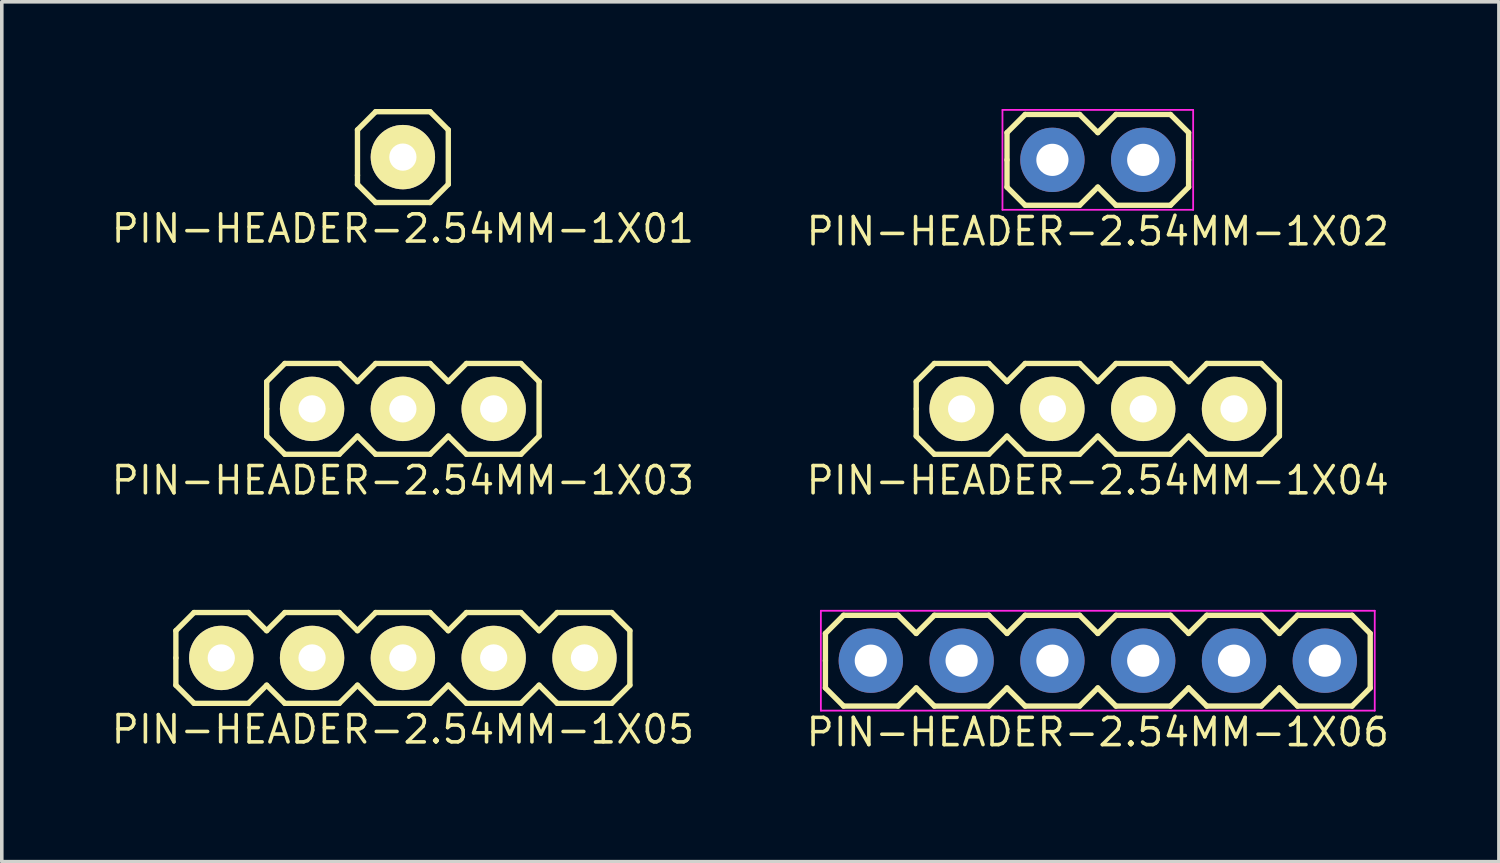
<source format=kicad_pcb>
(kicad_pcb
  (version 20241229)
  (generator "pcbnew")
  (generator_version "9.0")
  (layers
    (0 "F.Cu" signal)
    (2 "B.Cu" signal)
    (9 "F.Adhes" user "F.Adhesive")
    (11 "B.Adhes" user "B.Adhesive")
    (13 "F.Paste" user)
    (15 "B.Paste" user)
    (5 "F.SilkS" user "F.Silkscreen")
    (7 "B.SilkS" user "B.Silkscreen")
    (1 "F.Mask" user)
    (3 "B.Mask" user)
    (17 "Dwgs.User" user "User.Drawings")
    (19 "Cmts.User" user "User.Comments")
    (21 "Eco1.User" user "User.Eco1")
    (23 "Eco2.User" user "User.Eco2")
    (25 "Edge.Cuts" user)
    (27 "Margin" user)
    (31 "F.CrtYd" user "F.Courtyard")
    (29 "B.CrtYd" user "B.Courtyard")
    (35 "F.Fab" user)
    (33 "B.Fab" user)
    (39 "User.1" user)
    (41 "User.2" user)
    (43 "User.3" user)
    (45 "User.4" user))
  (footprint "PIN-HEADER-2.54MM-1X01"
    (layer "F.Cu")
    (at 8.22 1.345)
    (property "Reference" "PIN-HEADER-2.54MM-1X01" (at 0 2 0) (layer "F.SilkS") (effects (font (size 0.762 0.762) (thickness 0.1))))
    (attr through_hole)
    (fp_line (start -1.27 -0.762) (end -1.27 0.508) (stroke (width 0.15) (type solid)) (layer "F.SilkS"))
    (fp_line (start -1.27 0.508) (end -1.27 0.762) (stroke (width 0.15) (type solid)) (layer "F.SilkS"))
    (fp_line (start -1.27 0.762) (end -0.762 1.27) (stroke (width 0.15) (type solid)) (layer "F.SilkS"))
    (fp_line (start -0.762 -1.27) (end -1.27 -0.762) (stroke (width 0.15) (type solid)) (layer "F.SilkS"))
    (fp_line (start -0.762 1.27) (end 0.762 1.27) (stroke (width 0.15) (type solid)) (layer "F.SilkS"))
    (fp_line (start 0.762 -1.27) (end -0.762 -1.27) (stroke (width 0.15) (type solid)) (layer "F.SilkS"))
    (fp_line (start 0.762 1.27) (end 1.27 0.762) (stroke (width 0.15) (type solid)) (layer "F.SilkS"))
    (fp_line (start 1.27 -0.762) (end 0.762 -1.27) (stroke (width 0.15) (type solid)) (layer "F.SilkS"))
    (fp_line (start 1.27 0.762) (end 1.27 -0.762) (stroke (width 0.15) (type solid)) (layer "F.SilkS"))
    (pad "1" thru_hole circle (at 0 0) (size 1.8 1.8) (drill 0.762) (layers "*.Cu" "*.Mask" "F.SilkS")))
  (footprint "PIN-HEADER-2.54MM-1X04"
    (layer "F.Cu")
    (at 27.66 8.388)
    (property "Reference" "PIN-HEADER-2.54MM-1X04" (at 0 2 0) (layer "F.SilkS") (effects (font (size 0.762 0.762) (thickness 0.1))))
    (attr through_hole)
    (fp_line (start -5.08 -0.762) (end -4.572 -1.27) (stroke (width 0.15) (type solid)) (layer "F.SilkS"))
    (fp_line (start -5.08 0) (end -5.08 -0.762) (stroke (width 0.15) (type solid)) (layer "F.SilkS"))
    (fp_line (start -5.08 0.762) (end -5.08 0) (stroke (width 0.15) (type solid)) (layer "F.SilkS"))
    (fp_line (start -4.572 -1.27) (end -3.048 -1.27) (stroke (width 0.15) (type solid)) (layer "F.SilkS"))
    (fp_line (start -4.572 1.27) (end -5.08 0.762) (stroke (width 0.15) (type solid)) (layer "F.SilkS"))
    (fp_line (start -3.048 -1.27) (end -2.54 -0.762) (stroke (width 0.15) (type solid)) (layer "F.SilkS"))
    (fp_line (start -3.048 1.27) (end -4.572 1.27) (stroke (width 0.15) (type solid)) (layer "F.SilkS"))
    (fp_line (start -2.54 -0.762) (end -2.032 -1.27) (stroke (width 0.15) (type solid)) (layer "F.SilkS"))
    (fp_line (start -2.54 0.762) (end -3.048 1.27) (stroke (width 0.15) (type solid)) (layer "F.SilkS"))
    (fp_line (start -2.032 -1.27) (end -0.508 -1.27) (stroke (width 0.15) (type solid)) (layer "F.SilkS"))
    (fp_line (start -2.032 1.27) (end -2.54 0.762) (stroke (width 0.15) (type solid)) (layer "F.SilkS"))
    (fp_line (start -0.508 -1.27) (end 0 -0.762) (stroke (width 0.15) (type solid)) (layer "F.SilkS"))
    (fp_line (start -0.508 1.27) (end -2.032 1.27) (stroke (width 0.15) (type solid)) (layer "F.SilkS"))
    (fp_line (start 0 -0.762) (end 0.508 -1.27) (stroke (width 0.15) (type solid)) (layer "F.SilkS"))
    (fp_line (start 0 0.762) (end -0.508 1.27) (stroke (width 0.15) (type solid)) (layer "F.SilkS"))
    (fp_line (start 0.508 -1.27) (end 2.032 -1.27) (stroke (width 0.15) (type solid)) (layer "F.SilkS"))
    (fp_line (start 0.508 1.27) (end 0 0.762) (stroke (width 0.15) (type solid)) (layer "F.SilkS"))
    (fp_line (start 2.032 -1.27) (end 2.54 -0.762) (stroke (width 0.15) (type solid)) (layer "F.SilkS"))
    (fp_line (start 2.032 1.27) (end 0.508 1.27) (stroke (width 0.15) (type solid)) (layer "F.SilkS"))
    (fp_line (start 2.54 -0.762) (end 3.048 -1.27) (stroke (width 0.15) (type solid)) (layer "F.SilkS"))
    (fp_line (start 2.54 0.762) (end 2.032 1.27) (stroke (width 0.15) (type solid)) (layer "F.SilkS"))
    (fp_line (start 3.048 -1.27) (end 4.572 -1.27) (stroke (width 0.15) (type solid)) (layer "F.SilkS"))
    (fp_line (start 3.048 1.27) (end 2.54 0.762) (stroke (width 0.15) (type solid)) (layer "F.SilkS"))
    (fp_line (start 4.572 -1.27) (end 5.08 -0.762) (stroke (width 0.15) (type solid)) (layer "F.SilkS"))
    (fp_line (start 4.572 1.27) (end 3.048 1.27) (stroke (width 0.15) (type solid)) (layer "F.SilkS"))
    (fp_line (start 5.08 -0.762) (end 5.08 0.762) (stroke (width 0.15) (type solid)) (layer "F.SilkS"))
    (fp_line (start 5.08 0.762) (end 4.572 1.27) (stroke (width 0.15) (type solid)) (layer "F.SilkS"))
    (pad "1" thru_hole circle (at -3.81 0) (size 1.8 1.8) (drill 0.762) (layers "*.Cu" "*.Mask" "F.SilkS"))
    (pad "2" thru_hole circle (at -1.27 0) (size 1.8 1.8) (drill 0.762) (layers "*.Cu" "*.Mask" "F.SilkS"))
    (pad "3" thru_hole circle (at 1.27 0) (size 1.8 1.8) (drill 0.762) (layers "*.Cu" "*.Mask" "F.SilkS"))
    (pad "4" thru_hole circle (at 3.81 0) (size 1.8 1.8) (drill 0.762) (layers "*.Cu" "*.Mask" "F.SilkS")))
  (footprint "PIN-HEADER-2.54MM-1X02"
    (layer "F.Cu")
    (at 27.66 1.422)
    (property "Reference" "PIN-HEADER-2.54MM-1X02" (at 0 2 0) (layer "F.SilkS") (effects (font (size 0.762 0.762) (thickness 0.1))))
    (attr through_hole)
    (fp_line (start -2.54 -0.762) (end -2.032 -1.27) (stroke (width 0.15) (type solid)) (layer "F.SilkS"))
    (fp_line (start -2.54 0) (end -2.54 -0.762) (stroke (width 0.15) (type solid)) (layer "F.SilkS"))
    (fp_line (start -2.54 0.762) (end -2.54 0) (stroke (width 0.15) (type solid)) (layer "F.SilkS"))
    (fp_line (start -2.032 -1.27) (end -0.508 -1.27) (stroke (width 0.15) (type solid)) (layer "F.SilkS"))
    (fp_line (start -2.032 1.27) (end -2.54 0.762) (stroke (width 0.15) (type solid)) (layer "F.SilkS"))
    (fp_line (start -0.508 -1.27) (end 0 -0.762) (stroke (width 0.15) (type solid)) (layer "F.SilkS"))
    (fp_line (start -0.508 1.27) (end -2.032 1.27) (stroke (width 0.15) (type solid)) (layer "F.SilkS"))
    (fp_line (start 0 -0.762) (end 0.508 -1.27) (stroke (width 0.15) (type solid)) (layer "F.SilkS"))
    (fp_line (start 0 0.762) (end -0.508 1.27) (stroke (width 0.15) (type solid)) (layer "F.SilkS"))
    (fp_line (start 0.508 -1.27) (end 2.032 -1.27) (stroke (width 0.15) (type solid)) (layer "F.SilkS"))
    (fp_line (start 0.508 1.27) (end 0 0.762) (stroke (width 0.15) (type solid)) (layer "F.SilkS"))
    (fp_line (start 2.032 -1.27) (end 2.54 -0.762) (stroke (width 0.15) (type solid)) (layer "F.SilkS"))
    (fp_line (start 2.032 1.27) (end 0.508 1.27) (stroke (width 0.15) (type solid)) (layer "F.SilkS"))
    (fp_line (start 2.54 -0.762) (end 2.54 0) (stroke (width 0.15) (type solid)) (layer "F.SilkS"))
    (fp_line (start 2.54 0) (end 2.54 0.762) (stroke (width 0.15) (type solid)) (layer "F.SilkS"))
    (fp_line (start 2.54 0.762) (end 2.032 1.27) (stroke (width 0.15) (type solid)) (layer "F.SilkS"))
    (fp_line (start -2.667 -1.397) (end 2.667 -1.397) (stroke (width 0.05) (type solid)) (layer "F.CrtYd"))
    (fp_line (start -2.667 1.397) (end -2.667 -1.397) (stroke (width 0.05) (type solid)) (layer "F.CrtYd"))
    (fp_line (start 2.667 -1.397) (end 2.667 1.397) (stroke (width 0.05) (type solid)) (layer "F.CrtYd"))
    (fp_line (start 2.667 1.397) (end -2.667 1.397) (stroke (width 0.05) (type solid)) (layer "F.CrtYd"))
    (pad "1" thru_hole circle (at -1.27 0) (size 1.8 1.8) (drill 0.9) (layers "*.Cu" "*.Mask"))
    (pad "2" thru_hole circle (at 1.27 0) (size 1.8 1.8) (drill 0.9) (layers "*.Cu" "*.Mask")))
  (footprint "PIN-HEADER-2.54MM-1X06"
    (layer "F.Cu")
    (at 27.66 15.432)
    (property "Reference" "PIN-HEADER-2.54MM-1X06" (at 0 2 0) (layer "F.SilkS") (effects (font (size 0.762 0.762) (thickness 0.1))))
    (attr through_hole)
    (fp_line (start -7.62 -0.762) (end -7.112 -1.27) (stroke (width 0.15) (type solid)) (layer "F.SilkS"))
    (fp_line (start -7.62 0) (end -7.62 -0.762) (stroke (width 0.15) (type solid)) (layer "F.SilkS"))
    (fp_line (start -7.62 0.762) (end -7.62 0) (stroke (width 0.15) (type solid)) (layer "F.SilkS"))
    (fp_line (start -7.112 -1.27) (end -5.588 -1.27) (stroke (width 0.15) (type solid)) (layer "F.SilkS"))
    (fp_line (start -7.112 1.27) (end -7.62 0.762) (stroke (width 0.15) (type solid)) (layer "F.SilkS"))
    (fp_line (start -5.588 -1.27) (end -5.08 -0.762) (stroke (width 0.15) (type solid)) (layer "F.SilkS"))
    (fp_line (start -5.588 1.27) (end -7.112 1.27) (stroke (width 0.15) (type solid)) (layer "F.SilkS"))
    (fp_line (start -5.08 -0.762) (end -4.572 -1.27) (stroke (width 0.15) (type solid)) (layer "F.SilkS"))
    (fp_line (start -5.08 0.762) (end -5.588 1.27) (stroke (width 0.15) (type solid)) (layer "F.SilkS"))
    (fp_line (start -4.572 -1.27) (end -3.048 -1.27) (stroke (width 0.15) (type solid)) (layer "F.SilkS"))
    (fp_line (start -4.572 1.27) (end -5.08 0.762) (stroke (width 0.15) (type solid)) (layer "F.SilkS"))
    (fp_line (start -3.048 -1.27) (end -2.54 -0.762) (stroke (width 0.15) (type solid)) (layer "F.SilkS"))
    (fp_line (start -3.048 1.27) (end -4.572 1.27) (stroke (width 0.15) (type solid)) (layer "F.SilkS"))
    (fp_line (start -2.54 -0.762) (end -2.032 -1.27) (stroke (width 0.15) (type solid)) (layer "F.SilkS"))
    (fp_line (start -2.54 0.762) (end -3.048 1.27) (stroke (width 0.15) (type solid)) (layer "F.SilkS"))
    (fp_line (start -2.032 -1.27) (end -0.508 -1.27) (stroke (width 0.15) (type solid)) (layer "F.SilkS"))
    (fp_line (start -2.032 1.27) (end -2.54 0.762) (stroke (width 0.15) (type solid)) (layer "F.SilkS"))
    (fp_line (start -0.508 -1.27) (end 0 -0.762) (stroke (width 0.15) (type solid)) (layer "F.SilkS"))
    (fp_line (start -0.508 1.27) (end -2.032 1.27) (stroke (width 0.15) (type solid)) (layer "F.SilkS"))
    (fp_line (start 0 -0.762) (end 0.508 -1.27) (stroke (width 0.15) (type solid)) (layer "F.SilkS"))
    (fp_line (start 0 0.762) (end -0.508 1.27) (stroke (width 0.15) (type solid)) (layer "F.SilkS"))
    (fp_line (start 0.508 -1.27) (end 2.032 -1.27) (stroke (width 0.15) (type solid)) (layer "F.SilkS"))
    (fp_line (start 0.508 1.27) (end 0 0.762) (stroke (width 0.15) (type solid)) (layer "F.SilkS"))
    (fp_line (start 2.032 -1.27) (end 2.54 -0.762) (stroke (width 0.15) (type solid)) (layer "F.SilkS"))
    (fp_line (start 2.032 1.27) (end 0.508 1.27) (stroke (width 0.15) (type solid)) (layer "F.SilkS"))
    (fp_line (start 2.54 -0.762) (end 3.048 -1.27) (stroke (width 0.15) (type solid)) (layer "F.SilkS"))
    (fp_line (start 2.54 0.762) (end 2.032 1.27) (stroke (width 0.15) (type solid)) (layer "F.SilkS"))
    (fp_line (start 3.048 -1.27) (end 4.572 -1.27) (stroke (width 0.15) (type solid)) (layer "F.SilkS"))
    (fp_line (start 3.048 1.27) (end 2.54 0.762) (stroke (width 0.15) (type solid)) (layer "F.SilkS"))
    (fp_line (start 4.572 -1.27) (end 5.08 -0.762) (stroke (width 0.15) (type solid)) (layer "F.SilkS"))
    (fp_line (start 4.572 1.27) (end 3.048 1.27) (stroke (width 0.15) (type solid)) (layer "F.SilkS"))
    (fp_line (start 5.08 -0.762) (end 5.588 -1.27) (stroke (width 0.15) (type solid)) (layer "F.SilkS"))
    (fp_line (start 5.08 0.762) (end 4.572 1.27) (stroke (width 0.15) (type solid)) (layer "F.SilkS"))
    (fp_line (start 5.588 -1.27) (end 7.112 -1.27) (stroke (width 0.15) (type solid)) (layer "F.SilkS"))
    (fp_line (start 5.588 1.27) (end 5.08 0.762) (stroke (width 0.15) (type solid)) (layer "F.SilkS"))
    (fp_line (start 7.112 -1.27) (end 7.62 -0.762) (stroke (width 0.15) (type solid)) (layer "F.SilkS"))
    (fp_line (start 7.112 1.27) (end 5.588 1.27) (stroke (width 0.15) (type solid)) (layer "F.SilkS"))
    (fp_line (start 7.62 -0.762) (end 7.62 0.762) (stroke (width 0.15) (type solid)) (layer "F.SilkS"))
    (fp_line (start 7.62 0.762) (end 7.112 1.27) (stroke (width 0.15) (type solid)) (layer "F.SilkS"))
    (fp_line (start -7.747 -1.397) (end 7.747 -1.397) (stroke (width 0.05) (type solid)) (layer "F.CrtYd"))
    (fp_line (start -7.747 1.397) (end -7.747 -1.397) (stroke (width 0.05) (type solid)) (layer "F.CrtYd"))
    (fp_line (start 7.747 -1.397) (end 7.747 1.397) (stroke (width 0.05) (type solid)) (layer "F.CrtYd"))
    (fp_line (start 7.747 1.397) (end -7.747 1.397) (stroke (width 0.05) (type solid)) (layer "F.CrtYd"))
    (pad "1" thru_hole circle (at -6.35 0) (size 1.8 1.8) (drill 0.9) (layers "*.Cu" "*.Mask"))
    (pad "2" thru_hole circle (at -3.81 0) (size 1.8 1.8) (drill 0.9) (layers "*.Cu" "*.Mask"))
    (pad "3" thru_hole circle (at -1.27 0) (size 1.8 1.8) (drill 0.9) (layers "*.Cu" "*.Mask"))
    (pad "4" thru_hole circle (at 1.27 0) (size 1.8 1.8) (drill 0.9) (layers "*.Cu" "*.Mask"))
    (pad "5" thru_hole circle (at 3.81 0) (size 1.8 1.8) (drill 0.9) (layers "*.Cu" "*.Mask"))
    (pad "6" thru_hole circle (at 6.35 0) (size 1.8 1.8) (drill 0.9) (layers "*.Cu" "*.Mask")))
  (footprint "PIN-HEADER-2.54MM-1X05"
    (layer "F.Cu")
    (at 8.22 15.355)
    (property "Reference" "PIN-HEADER-2.54MM-1X05" (at 0 2 0) (layer "F.SilkS") (effects (font (size 0.762 0.762) (thickness 0.1))))
    (attr through_hole)
    (fp_line (start -6.35 -0.762) (end -5.842 -1.27) (stroke (width 0.15) (type solid)) (layer "F.SilkS"))
    (fp_line (start -6.35 0) (end -6.35 -0.762) (stroke (width 0.15) (type solid)) (layer "F.SilkS"))
    (fp_line (start -6.35 0.762) (end -6.35 0) (stroke (width 0.15) (type solid)) (layer "F.SilkS"))
    (fp_line (start -5.842 -1.27) (end -4.318 -1.27) (stroke (width 0.15) (type solid)) (layer "F.SilkS"))
    (fp_line (start -5.842 1.27) (end -6.35 0.762) (stroke (width 0.15) (type solid)) (layer "F.SilkS"))
    (fp_line (start -4.318 -1.27) (end -3.81 -0.762) (stroke (width 0.15) (type solid)) (layer "F.SilkS"))
    (fp_line (start -4.318 1.27) (end -5.842 1.27) (stroke (width 0.15) (type solid)) (layer "F.SilkS"))
    (fp_line (start -3.81 -0.762) (end -3.302 -1.27) (stroke (width 0.15) (type solid)) (layer "F.SilkS"))
    (fp_line (start -3.81 0.762) (end -4.318 1.27) (stroke (width 0.15) (type solid)) (layer "F.SilkS"))
    (fp_line (start -3.302 -1.27) (end -1.778 -1.27) (stroke (width 0.15) (type solid)) (layer "F.SilkS"))
    (fp_line (start -3.302 1.27) (end -3.81 0.762) (stroke (width 0.15) (type solid)) (layer "F.SilkS"))
    (fp_line (start -1.778 -1.27) (end -1.27 -0.762) (stroke (width 0.15) (type solid)) (layer "F.SilkS"))
    (fp_line (start -1.778 1.27) (end -3.302 1.27) (stroke (width 0.15) (type solid)) (layer "F.SilkS"))
    (fp_line (start -1.27 -0.762) (end -0.762 -1.27) (stroke (width 0.15) (type solid)) (layer "F.SilkS"))
    (fp_line (start -1.27 0.762) (end -1.778 1.27) (stroke (width 0.15) (type solid)) (layer "F.SilkS"))
    (fp_line (start -0.762 -1.27) (end 0.762 -1.27) (stroke (width 0.15) (type solid)) (layer "F.SilkS"))
    (fp_line (start -0.762 1.27) (end -1.27 0.762) (stroke (width 0.15) (type solid)) (layer "F.SilkS"))
    (fp_line (start 0.762 -1.27) (end 1.27 -0.762) (stroke (width 0.15) (type solid)) (layer "F.SilkS"))
    (fp_line (start 0.762 1.27) (end -0.762 1.27) (stroke (width 0.15) (type solid)) (layer "F.SilkS"))
    (fp_line (start 1.27 -0.762) (end 1.778 -1.27) (stroke (width 0.15) (type solid)) (layer "F.SilkS"))
    (fp_line (start 1.27 0.762) (end 0.762 1.27) (stroke (width 0.15) (type solid)) (layer "F.SilkS"))
    (fp_line (start 1.778 -1.27) (end 3.302 -1.27) (stroke (width 0.15) (type solid)) (layer "F.SilkS"))
    (fp_line (start 1.778 1.27) (end 1.27 0.762) (stroke (width 0.15) (type solid)) (layer "F.SilkS"))
    (fp_line (start 3.302 -1.27) (end 3.81 -0.762) (stroke (width 0.15) (type solid)) (layer "F.SilkS"))
    (fp_line (start 3.302 1.27) (end 1.778 1.27) (stroke (width 0.15) (type solid)) (layer "F.SilkS"))
    (fp_line (start 3.81 -0.762) (end 4.318 -1.27) (stroke (width 0.15) (type solid)) (layer "F.SilkS"))
    (fp_line (start 3.81 0.762) (end 3.302 1.27) (stroke (width 0.15) (type solid)) (layer "F.SilkS"))
    (fp_line (start 4.318 -1.27) (end 5.842 -1.27) (stroke (width 0.15) (type solid)) (layer "F.SilkS"))
    (fp_line (start 4.318 1.27) (end 3.81 0.762) (stroke (width 0.15) (type solid)) (layer "F.SilkS"))
    (fp_line (start 5.842 -1.27) (end 6.35 -0.762) (stroke (width 0.15) (type solid)) (layer "F.SilkS"))
    (fp_line (start 5.842 1.27) (end 4.318 1.27) (stroke (width 0.15) (type solid)) (layer "F.SilkS"))
    (fp_line (start 6.35 -0.762) (end 6.35 0.762) (stroke (width 0.15) (type solid)) (layer "F.SilkS"))
    (fp_line (start 6.35 0.762) (end 5.842 1.27) (stroke (width 0.15) (type solid)) (layer "F.SilkS"))
    (pad "1" thru_hole circle (at -5.08 0) (size 1.8 1.8) (drill 0.762) (layers "*.Cu" "*.Mask" "F.SilkS"))
    (pad "2" thru_hole circle (at -2.54 0) (size 1.8 1.8) (drill 0.762) (layers "*.Cu" "*.Mask" "F.SilkS"))
    (pad "3" thru_hole circle (at 0 0) (size 1.8 1.8) (drill 0.762) (layers "*.Cu" "*.Mask" "F.SilkS"))
    (pad "4" thru_hole circle (at 2.54 0) (size 1.8 1.8) (drill 0.762) (layers "*.Cu" "*.Mask" "F.SilkS"))
    (pad "5" thru_hole circle (at 5.08 0) (size 1.8 1.8) (drill 0.762) (layers "*.Cu" "*.Mask" "F.SilkS")))
  (footprint "PIN-HEADER-2.54MM-1X03"
    (layer "F.Cu")
    (at 8.22 8.388)
    (property "Reference" "PIN-HEADER-2.54MM-1X03" (at 0 2 0) (layer "F.SilkS") (effects (font (size 0.762 0.762) (thickness 0.1))))
    (attr through_hole)
    (fp_line (start -3.81 -0.762) (end -3.302 -1.27) (stroke (width 0.15) (type solid)) (layer "F.SilkS"))
    (fp_line (start -3.81 0) (end -3.81 -0.762) (stroke (width 0.15) (type solid)) (layer "F.SilkS"))
    (fp_line (start -3.81 0.762) (end -3.81 0) (stroke (width 0.15) (type solid)) (layer "F.SilkS"))
    (fp_line (start -3.302 -1.27) (end -1.778 -1.27) (stroke (width 0.15) (type solid)) (layer "F.SilkS"))
    (fp_line (start -3.302 1.27) (end -3.81 0.762) (stroke (width 0.15) (type solid)) (layer "F.SilkS"))
    (fp_line (start -1.778 -1.27) (end -1.27 -0.762) (stroke (width 0.15) (type solid)) (layer "F.SilkS"))
    (fp_line (start -1.778 1.27) (end -3.302 1.27) (stroke (width 0.15) (type solid)) (layer "F.SilkS"))
    (fp_line (start -1.27 -0.762) (end -0.762 -1.27) (stroke (width 0.15) (type solid)) (layer "F.SilkS"))
    (fp_line (start -1.27 0.762) (end -1.778 1.27) (stroke (width 0.15) (type solid)) (layer "F.SilkS"))
    (fp_line (start -0.762 -1.27) (end 0.762 -1.27) (stroke (width 0.15) (type solid)) (layer "F.SilkS"))
    (fp_line (start -0.762 1.27) (end -1.27 0.762) (stroke (width 0.15) (type solid)) (layer "F.SilkS"))
    (fp_line (start 0.762 -1.27) (end 1.27 -0.762) (stroke (width 0.15) (type solid)) (layer "F.SilkS"))
    (fp_line (start 0.762 1.27) (end -0.762 1.27) (stroke (width 0.15) (type solid)) (layer "F.SilkS"))
    (fp_line (start 1.27 -0.762) (end 1.778 -1.27) (stroke (width 0.15) (type solid)) (layer "F.SilkS"))
    (fp_line (start 1.27 0.762) (end 0.762 1.27) (stroke (width 0.15) (type solid)) (layer "F.SilkS"))
    (fp_line (start 1.778 -1.27) (end 3.302 -1.27) (stroke (width 0.15) (type solid)) (layer "F.SilkS"))
    (fp_line (start 1.778 1.27) (end 1.27 0.762) (stroke (width 0.15) (type solid)) (layer "F.SilkS"))
    (fp_line (start 3.302 -1.27) (end 3.81 -0.762) (stroke (width 0.15) (type solid)) (layer "F.SilkS"))
    (fp_line (start 3.302 1.27) (end 1.778 1.27) (stroke (width 0.15) (type solid)) (layer "F.SilkS"))
    (fp_line (start 3.81 -0.762) (end 3.81 0.762) (stroke (width 0.15) (type solid)) (layer "F.SilkS"))
    (fp_line (start 3.81 0.762) (end 3.302 1.27) (stroke (width 0.15) (type solid)) (layer "F.SilkS"))
    (pad "1" thru_hole circle (at -2.54 0) (size 1.8 1.8) (drill 0.762) (layers "*.Cu" "*.Mask" "F.SilkS"))
    (pad "2" thru_hole circle (at 0 0) (size 1.8 1.8) (drill 0.762) (layers "*.Cu" "*.Mask" "F.SilkS"))
    (pad "3" thru_hole circle (at 2.54 0) (size 1.8 1.8) (drill 0.762) (layers "*.Cu" "*.Mask" "F.SilkS")))
  (gr_rect
    (start -3 -3)
    (end 38.88 21.053)
    (stroke (width 0.1) (type default))
    (fill no)
    (layer "Edge.Cuts")))
</source>
